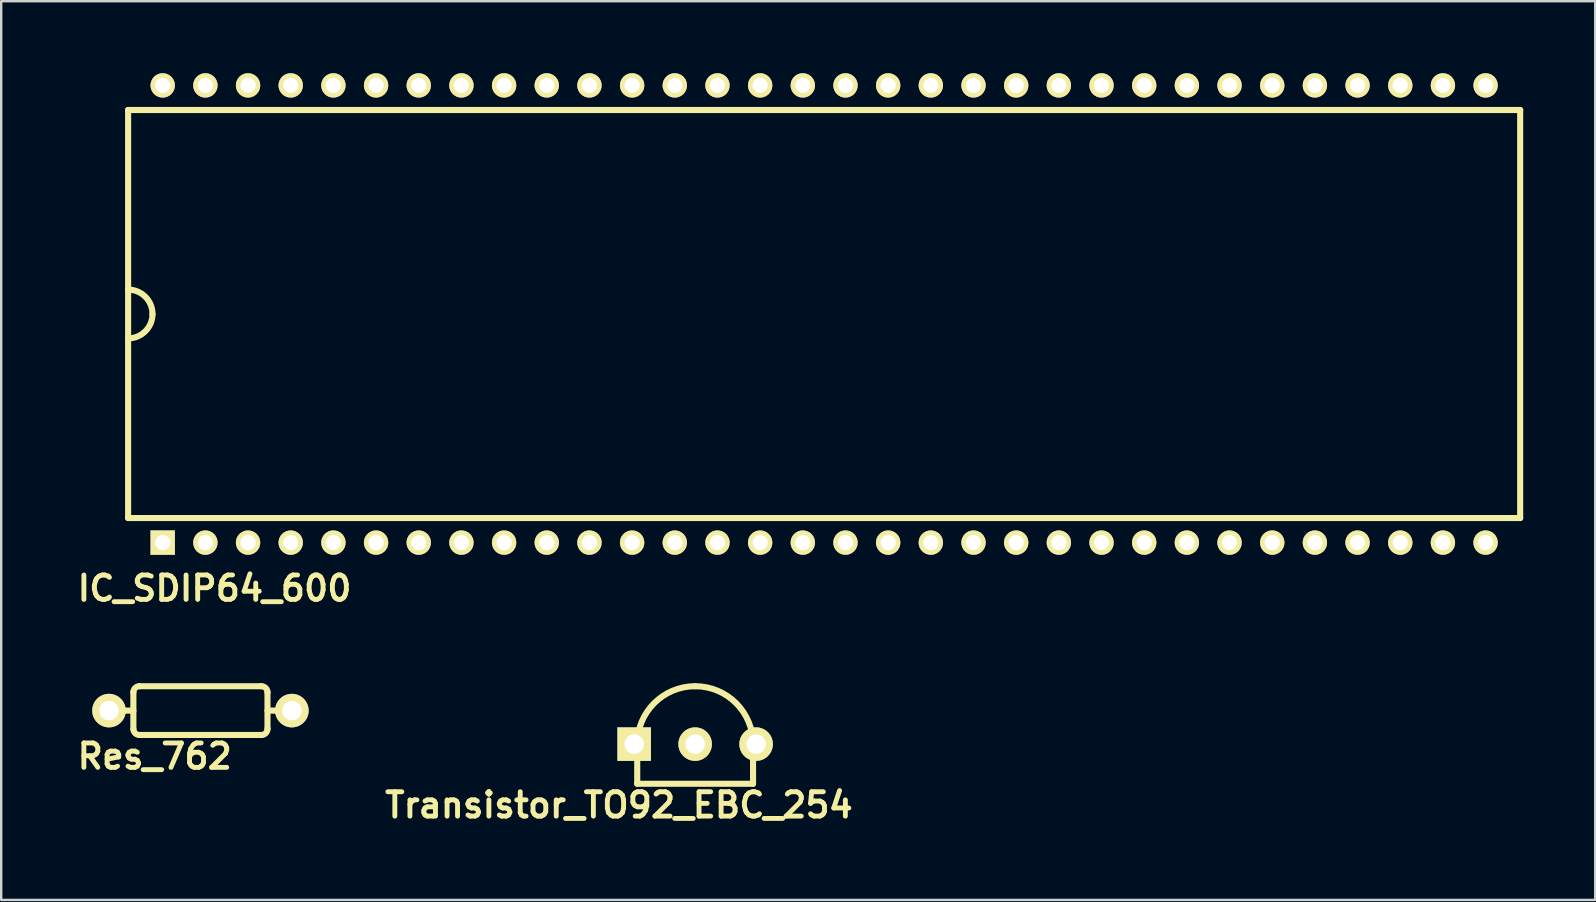
<source format=kicad_pcb>
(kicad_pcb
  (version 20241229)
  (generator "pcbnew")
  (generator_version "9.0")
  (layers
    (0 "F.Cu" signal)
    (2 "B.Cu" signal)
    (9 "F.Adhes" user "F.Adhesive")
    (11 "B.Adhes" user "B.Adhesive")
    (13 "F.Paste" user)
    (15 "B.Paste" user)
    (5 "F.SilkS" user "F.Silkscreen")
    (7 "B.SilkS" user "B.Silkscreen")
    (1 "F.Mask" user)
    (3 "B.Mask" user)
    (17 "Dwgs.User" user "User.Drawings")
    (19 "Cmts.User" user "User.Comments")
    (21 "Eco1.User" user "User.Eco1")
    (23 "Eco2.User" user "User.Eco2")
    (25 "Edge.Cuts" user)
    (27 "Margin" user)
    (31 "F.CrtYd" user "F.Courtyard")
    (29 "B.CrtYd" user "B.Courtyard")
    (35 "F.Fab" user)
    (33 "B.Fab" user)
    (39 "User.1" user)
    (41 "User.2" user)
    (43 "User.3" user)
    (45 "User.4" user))
  (footprint "IC_SDIP64_600"
    (layer "F.Cu")
    (at 31.288 10.033)
    (property "Reference" "IC_SDIP64_600" (at -25.4 11.43 0) (layer "F.SilkS") (effects (font (size 1.016 1.016) (thickness 0.203))))
    (attr through_hole)
    (fp_line (start -29 -8.5) (end 29 -8.5) (stroke (width 0.254) (type solid)) (layer "F.SilkS"))
    (fp_line (start -29 8.5) (end -29 -8.5) (stroke (width 0.254) (type solid)) (layer "F.SilkS"))
    (fp_line (start 29 -8.5) (end 29 8.5) (stroke (width 0.254) (type solid)) (layer "F.SilkS"))
    (fp_line (start 29 8.5) (end -29 8.5) (stroke (width 0.254) (type solid)) (layer "F.SilkS"))
    (fp_arc (start -29 -1.016) (mid -28.28158 -0.71842) (end -27.984 0) (stroke (width 0.254) (type solid)) (layer "F.SilkS"))
    (fp_arc (start -27.984 0) (mid -28.28158 0.71842) (end -29 1.016) (stroke (width 0.254) (type solid)) (layer "F.SilkS"))
    (pad "1" thru_hole rect (at -27.559 9.525) (size 1.016 1.016) (drill 0.635) (layers "*.Cu" "*.Mask" "F.SilkS"))
    (pad "2" thru_hole circle (at -25.781 9.525) (size 1.016 1.016) (drill 0.635) (layers "*.Cu" "*.Mask" "F.SilkS"))
    (pad "3" thru_hole circle (at -24.003 9.525) (size 1.016 1.016) (drill 0.635) (layers "*.Cu" "*.Mask" "F.SilkS"))
    (pad "4" thru_hole circle (at -22.225 9.525) (size 1.016 1.016) (drill 0.635) (layers "*.Cu" "*.Mask" "F.SilkS"))
    (pad "5" thru_hole circle (at -20.447 9.525) (size 1.016 1.016) (drill 0.635) (layers "*.Cu" "*.Mask" "F.SilkS"))
    (pad "6" thru_hole circle (at -18.669 9.525) (size 1.016 1.016) (drill 0.635) (layers "*.Cu" "*.Mask" "F.SilkS"))
    (pad "7" thru_hole circle (at -16.891 9.525) (size 1.016 1.016) (drill 0.635) (layers "*.Cu" "*.Mask" "F.SilkS"))
    (pad "8" thru_hole circle (at -15.113 9.525) (size 1.016 1.016) (drill 0.635) (layers "*.Cu" "*.Mask" "F.SilkS"))
    (pad "9" thru_hole circle (at -13.335 9.525) (size 1.016 1.016) (drill 0.635) (layers "*.Cu" "*.Mask" "F.SilkS"))
    (pad "10" thru_hole circle (at -11.557 9.525) (size 1.016 1.016) (drill 0.635) (layers "*.Cu" "*.Mask" "F.SilkS"))
    (pad "11" thru_hole circle (at -9.779 9.525) (size 1.016 1.016) (drill 0.635) (layers "*.Cu" "*.Mask" "F.SilkS"))
    (pad "12" thru_hole circle (at -8.001 9.525) (size 1.016 1.016) (drill 0.635) (layers "*.Cu" "*.Mask" "F.SilkS"))
    (pad "13" thru_hole circle (at -6.223 9.525) (size 1.016 1.016) (drill 0.635) (layers "*.Cu" "*.Mask" "F.SilkS"))
    (pad "14" thru_hole circle (at -4.445 9.525) (size 1.016 1.016) (drill 0.635) (layers "*.Cu" "*.Mask" "F.SilkS"))
    (pad "15" thru_hole circle (at -2.667 9.525) (size 1.016 1.016) (drill 0.635) (layers "*.Cu" "*.Mask" "F.SilkS"))
    (pad "16" thru_hole circle (at -0.889 9.525) (size 1.016 1.016) (drill 0.635) (layers "*.Cu" "*.Mask" "F.SilkS"))
    (pad "17" thru_hole circle (at 0.889 9.525) (size 1.016 1.016) (drill 0.635) (layers "*.Cu" "*.Mask" "F.SilkS"))
    (pad "18" thru_hole circle (at 2.667 9.525) (size 1.016 1.016) (drill 0.635) (layers "*.Cu" "*.Mask" "F.SilkS"))
    (pad "19" thru_hole circle (at 4.445 9.525) (size 1.016 1.016) (drill 0.635) (layers "*.Cu" "*.Mask" "F.SilkS"))
    (pad "20" thru_hole circle (at 6.223 9.525) (size 1.016 1.016) (drill 0.635) (layers "*.Cu" "*.Mask" "F.SilkS"))
    (pad "21" thru_hole circle (at 8.001 9.525) (size 1.016 1.016) (drill 0.635) (layers "*.Cu" "*.Mask" "F.SilkS"))
    (pad "22" thru_hole circle (at 9.779 9.525) (size 1.016 1.016) (drill 0.635) (layers "*.Cu" "*.Mask" "F.SilkS"))
    (pad "23" thru_hole circle (at 11.557 9.525) (size 1.016 1.016) (drill 0.635) (layers "*.Cu" "*.Mask" "F.SilkS"))
    (pad "24" thru_hole circle (at 13.335 9.525) (size 1.016 1.016) (drill 0.635) (layers "*.Cu" "*.Mask" "F.SilkS"))
    (pad "25" thru_hole circle (at 15.113 9.525) (size 1.016 1.016) (drill 0.635) (layers "*.Cu" "*.Mask" "F.SilkS"))
    (pad "26" thru_hole circle (at 16.891 9.525) (size 1.016 1.016) (drill 0.635) (layers "*.Cu" "*.Mask" "F.SilkS"))
    (pad "27" thru_hole circle (at 18.669 9.525) (size 1.016 1.016) (drill 0.635) (layers "*.Cu" "*.Mask" "F.SilkS"))
    (pad "28" thru_hole circle (at 20.447 9.525) (size 1.016 1.016) (drill 0.635) (layers "*.Cu" "*.Mask" "F.SilkS"))
    (pad "29" thru_hole circle (at 22.225 9.525) (size 1.016 1.016) (drill 0.635) (layers "*.Cu" "*.Mask" "F.SilkS"))
    (pad "30" thru_hole circle (at 24.003 9.525) (size 1.016 1.016) (drill 0.635) (layers "*.Cu" "*.Mask" "F.SilkS"))
    (pad "31" thru_hole circle (at 25.781 9.525) (size 1.016 1.016) (drill 0.635) (layers "*.Cu" "*.Mask" "F.SilkS"))
    (pad "32" thru_hole circle (at 27.559 9.525) (size 1.016 1.016) (drill 0.635) (layers "*.Cu" "*.Mask" "F.SilkS"))
    (pad "33" thru_hole circle (at 27.559 -9.525) (size 1.016 1.016) (drill 0.635) (layers "*.Cu" "*.Mask" "F.SilkS"))
    (pad "34" thru_hole circle (at 25.781 -9.525) (size 1.016 1.016) (drill 0.635) (layers "*.Cu" "*.Mask" "F.SilkS"))
    (pad "35" thru_hole circle (at 24.003 -9.525) (size 1.016 1.016) (drill 0.635) (layers "*.Cu" "*.Mask" "F.SilkS"))
    (pad "36" thru_hole circle (at 22.225 -9.525) (size 1.016 1.016) (drill 0.635) (layers "*.Cu" "*.Mask" "F.SilkS"))
    (pad "37" thru_hole circle (at 20.447 -9.525) (size 1.016 1.016) (drill 0.635) (layers "*.Cu" "*.Mask" "F.SilkS"))
    (pad "38" thru_hole circle (at 18.669 -9.525) (size 1.016 1.016) (drill 0.635) (layers "*.Cu" "*.Mask" "F.SilkS"))
    (pad "39" thru_hole circle (at 16.891 -9.525) (size 1.016 1.016) (drill 0.635) (layers "*.Cu" "*.Mask" "F.SilkS"))
    (pad "40" thru_hole circle (at 15.113 -9.525) (size 1.016 1.016) (drill 0.635) (layers "*.Cu" "*.Mask" "F.SilkS"))
    (pad "41" thru_hole circle (at 13.335 -9.525) (size 1.016 1.016) (drill 0.635) (layers "*.Cu" "*.Mask" "F.SilkS"))
    (pad "42" thru_hole circle (at 11.557 -9.525) (size 1.016 1.016) (drill 0.635) (layers "*.Cu" "*.Mask" "F.SilkS"))
    (pad "43" thru_hole circle (at 9.779 -9.525) (size 1.016 1.016) (drill 0.635) (layers "*.Cu" "*.Mask" "F.SilkS"))
    (pad "44" thru_hole circle (at 8.001 -9.525) (size 1.016 1.016) (drill 0.635) (layers "*.Cu" "*.Mask" "F.SilkS"))
    (pad "45" thru_hole circle (at 6.223 -9.525) (size 1.016 1.016) (drill 0.635) (layers "*.Cu" "*.Mask" "F.SilkS"))
    (pad "46" thru_hole circle (at 4.445 -9.525) (size 1.016 1.016) (drill 0.635) (layers "*.Cu" "*.Mask" "F.SilkS"))
    (pad "47" thru_hole circle (at 2.667 -9.525) (size 1.016 1.016) (drill 0.635) (layers "*.Cu" "*.Mask" "F.SilkS"))
    (pad "48" thru_hole circle (at 0.889 -9.525) (size 1.016 1.016) (drill 0.635) (layers "*.Cu" "*.Mask" "F.SilkS"))
    (pad "49" thru_hole circle (at -0.889 -9.525) (size 1.016 1.016) (drill 0.635) (layers "*.Cu" "*.Mask" "F.SilkS"))
    (pad "50" thru_hole circle (at -2.667 -9.525) (size 1.016 1.016) (drill 0.635) (layers "*.Cu" "*.Mask" "F.SilkS"))
    (pad "51" thru_hole circle (at -4.445 -9.525) (size 1.016 1.016) (drill 0.635) (layers "*.Cu" "*.Mask" "F.SilkS"))
    (pad "52" thru_hole circle (at -6.223 -9.525) (size 1.016 1.016) (drill 0.635) (layers "*.Cu" "*.Mask" "F.SilkS"))
    (pad "53" thru_hole circle (at -8.001 -9.525) (size 1.016 1.016) (drill 0.635) (layers "*.Cu" "*.Mask" "F.SilkS"))
    (pad "54" thru_hole circle (at -9.779 -9.525) (size 1.016 1.016) (drill 0.635) (layers "*.Cu" "*.Mask" "F.SilkS"))
    (pad "55" thru_hole circle (at -11.557 -9.525) (size 1.016 1.016) (drill 0.635) (layers "*.Cu" "*.Mask" "F.SilkS"))
    (pad "56" thru_hole circle (at -13.335 -9.525) (size 1.016 1.016) (drill 0.635) (layers "*.Cu" "*.Mask" "F.SilkS"))
    (pad "57" thru_hole circle (at -15.113 -9.525) (size 1.016 1.016) (drill 0.635) (layers "*.Cu" "*.Mask" "F.SilkS"))
    (pad "58" thru_hole circle (at -16.891 -9.525) (size 1.016 1.016) (drill 0.635) (layers "*.Cu" "*.Mask" "F.SilkS"))
    (pad "59" thru_hole circle (at -18.669 -9.525) (size 1.016 1.016) (drill 0.635) (layers "*.Cu" "*.Mask" "F.SilkS"))
    (pad "60" thru_hole circle (at -20.447 -9.525) (size 1.016 1.016) (drill 0.635) (layers "*.Cu" "*.Mask" "F.SilkS"))
    (pad "61" thru_hole circle (at -22.225 -9.525) (size 1.016 1.016) (drill 0.635) (layers "*.Cu" "*.Mask" "F.SilkS"))
    (pad "62" thru_hole circle (at -24.003 -9.525) (size 1.016 1.016) (drill 0.635) (layers "*.Cu" "*.Mask" "F.SilkS"))
    (pad "63" thru_hole circle (at -25.781 -9.525) (size 1.016 1.016) (drill 0.635) (layers "*.Cu" "*.Mask" "F.SilkS"))
    (pad "64" thru_hole circle (at -27.559 -9.525) (size 1.016 1.016) (drill 0.635) (layers "*.Cu" "*.Mask" "F.SilkS")))
  (footprint "Transistor_TO92_EBC_254"
    (layer "F.Cu")
    (at 25.913 27.954)
    (property "Reference" "Transistor_TO92_EBC_254" (at -3.175 2.54 0) (layer "F.SilkS") (effects (font (size 1.016 1.016) (thickness 0.203))))
    (attr through_hole)
    (fp_line (start -2.413 1.651) (end -2.413 0) (stroke (width 0.254) (type solid)) (layer "F.SilkS"))
    (fp_line (start -2.413 1.651) (end 2.413 1.651) (stroke (width 0.254) (type solid)) (layer "F.SilkS"))
    (fp_line (start 2.413 0) (end 2.413 1.651) (stroke (width 0.254) (type solid)) (layer "F.SilkS"))
    (fp_arc (start -2.413 0) (mid -1.706249 -1.706249) (end 0 -2.413) (stroke (width 0.254) (type solid)) (layer "F.SilkS"))
    (fp_arc (start 0 -2.413) (mid 1.706249 -1.706249) (end 2.413 0) (stroke (width 0.254) (type solid)) (layer "F.SilkS"))
    (pad "1" thru_hole rect (at -2.54 0) (size 1.397 1.397) (drill 0.813) (layers "*.Cu" "*.Mask" "F.SilkS"))
    (pad "2" thru_hole circle (at 0 0) (size 1.397 1.397) (drill 0.813) (layers "*.Cu" "*.Mask" "F.SilkS"))
    (pad "3" thru_hole circle (at 2.54 0) (size 1.397 1.397) (drill 0.813) (layers "*.Cu" "*.Mask" "F.SilkS")))
  (footprint "Res_762"
    (layer "F.Cu")
    (at 5.301 26.557)
    (property "Reference" "Res_762" (at -1.905 1.905 0) (layer "F.SilkS") (effects (font (size 1.016 1.016) (thickness 0.203))))
    (attr through_hole)
    (fp_line (start -3.81 0) (end -2.794 0) (stroke (width 0.254) (type solid)) (layer "F.SilkS"))
    (fp_line (start -2.794 0.762) (end -2.794 -0.762) (stroke (width 0.254) (type solid)) (layer "F.SilkS"))
    (fp_line (start -2.54 -1.016) (end 2.54 -1.016) (stroke (width 0.254) (type solid)) (layer "F.SilkS"))
    (fp_line (start 2.54 1.016) (end -2.54 1.016) (stroke (width 0.254) (type solid)) (layer "F.SilkS"))
    (fp_line (start 2.794 -0.762) (end 2.794 0.762) (stroke (width 0.254) (type solid)) (layer "F.SilkS"))
    (fp_line (start 2.794 0) (end 3.81 0) (stroke (width 0.254) (type solid)) (layer "F.SilkS"))
    (fp_arc (start -2.794 -0.762) (mid -2.719605 -0.941605) (end -2.54 -1.016) (stroke (width 0.254) (type solid)) (layer "F.SilkS"))
    (fp_arc (start -2.54 1.016) (mid -2.719605 0.941605) (end -2.794 0.762) (stroke (width 0.254) (type solid)) (layer "F.SilkS"))
    (fp_arc (start 2.54 -1.016) (mid 2.719605 -0.941605) (end 2.794 -0.762) (stroke (width 0.254) (type solid)) (layer "F.SilkS"))
    (fp_arc (start 2.794 0.762) (mid 2.719605 0.941605) (end 2.54 1.016) (stroke (width 0.254) (type solid)) (layer "F.SilkS"))
    (pad "1" thru_hole circle (at -3.81 0) (size 1.397 1.397) (drill 0.813) (layers "*.Cu" "*.Mask" "F.SilkS"))
    (pad "2" thru_hole circle (at 3.81 0) (size 1.397 1.397) (drill 0.813) (layers "*.Cu" "*.Mask" "F.SilkS")))
  (gr_rect
    (start -3 -3)
    (end 63.415 34.445)
    (stroke (width 0.1) (type default))
    (fill no)
    (layer "Edge.Cuts")))
</source>
